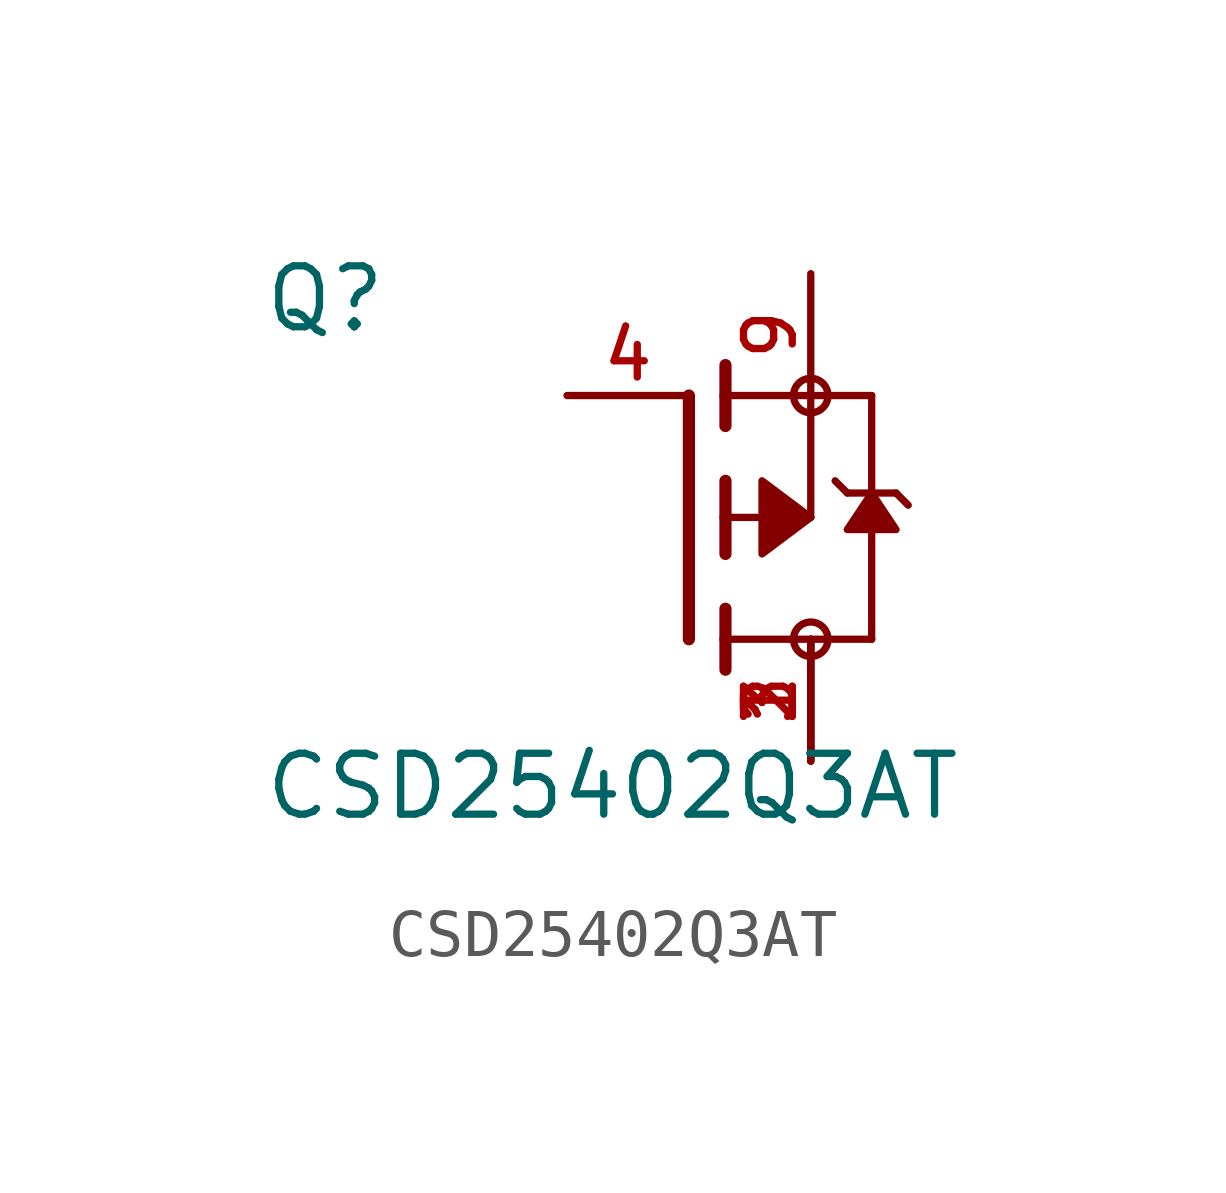
<source format=kicad_sym>
(kicad_symbol_lib
  (version 20211014)
  (generator kicad_symbol_editor)
  (symbol "CSD25402Q3AT"
    (pin_names
      (offset 1.016))
    (property "Reference" "Q"
      (at -8.89 3.81 0)
      (effects (font (size 1.27 1.27)) (justify bottom left)))
    (property "Value" "CSD25402Q3AT"
      (at -8.89 -6.35 0)
      (effects (font (size 1.27 1.27)) (justify bottom left)))
    (symbol "CSD25402Q3AT_0_0"
      (polyline (pts (xy 0.762 -0.762) (xy 0.762 0.0)) (stroke (width 0.254)))
      (polyline (pts (xy 0.762 0.0) (xy 0.762 0.762)) (stroke (width 0.254)))
      (polyline (pts (xy 0.762 -3.175) (xy 0.762 -2.54)) (stroke (width 0.254)))
      (polyline (pts (xy 0.762 -2.54) (xy 0.762 -1.905)) (stroke (width 0.254)))
      (polyline (pts (xy 0.762 0.0) (xy 2.54 0.0)) (stroke (width 0.152)))
      (polyline (pts (xy 2.54 0.0) (xy 2.54 2.54)) (stroke (width 0.152)))
      (polyline (pts (xy 0.762 1.905) (xy 0.762 2.54)) (stroke (width 0.254)))
      (polyline (pts (xy 0.762 2.54) (xy 0.762 3.175)) (stroke (width 0.254)))
      (polyline (pts (xy 0.0 -2.54) (xy 0.0 2.54)) (stroke (width 0.254)))
      (polyline (pts (xy 2.54 2.54) (xy 0.762 2.54)) (stroke (width 0.152)))
      (polyline (pts (xy 3.81 -2.54) (xy 3.81 0.508)) (stroke (width 0.152)))
      (polyline (pts (xy 3.81 0.508) (xy 3.81 2.54)) (stroke (width 0.152)))
      (polyline (pts (xy 2.54 2.54) (xy 3.81 2.54)) (stroke (width 0.152)))
      (polyline (pts (xy 0.762 -2.54) (xy 3.81 -2.54)) (stroke (width 0.152)))
      (polyline (pts (xy 3.048 0.762) (xy 3.302 0.508)) (stroke (width 0.152)))
      (polyline (pts (xy 3.302 0.508) (xy 3.81 0.508)) (stroke (width 0.152)))
      (polyline (pts (xy 3.81 0.508) (xy 4.318 0.508)) (stroke (width 0.152)))
      (polyline (pts (xy 4.318 0.508) (xy 4.572 0.254)) (stroke (width 0.152)))
      (circle (center 2.54 2.54) (radius 0.359) (stroke (width 0.0)) (fill (type none)))
      (circle (center 2.54 -2.54) (radius 0.359) (stroke (width 0.0)) (fill (type none)))
      (polyline (pts (xy 3.81 0.508) (xy 4.318 -0.254) (xy 3.302 -0.254) (xy 3.81 0.508)) (stroke (width 0.152)) (fill (type outline)))
      (polyline (pts (xy 2.54 0.0) (xy 1.524 0.762) (xy 1.524 -0.762) (xy 2.54 0.0)) (stroke (width 0.152)) (fill (type outline)))
      (pin passive line (at 2.54 5.08 270.0) (length 2.54) (name "~" (effects (font (size 1.016 1.016)))) (number "9" (effects (font (size 1.016 1.016)))))
      (pin passive line (at -2.54 2.54 0) (length 2.54) (name "~" (effects (font (size 1.016 1.016)))) (number "4" (effects (font (size 1.016 1.016)))))
      (pin passive line (at 2.54 -5.08 90.0) (length 2.54) (name "~" (effects (font (size 1.016 1.016)))) (number "1" (effects (font (size 1.016 1.016)))))
      (pin passive line (at 2.54 -5.08 90.0) (length 2.54) (name "~" (effects (font (size 1.016 1.016)))) (number "2" (effects (font (size 1.016 1.016)))))
      (pin passive line (at 2.54 -5.08 90.0) (length 2.54) (name "~" (effects (font (size 1.016 1.016)))) (number "3" (effects (font (size 1.016 1.016))))))))
</source>
